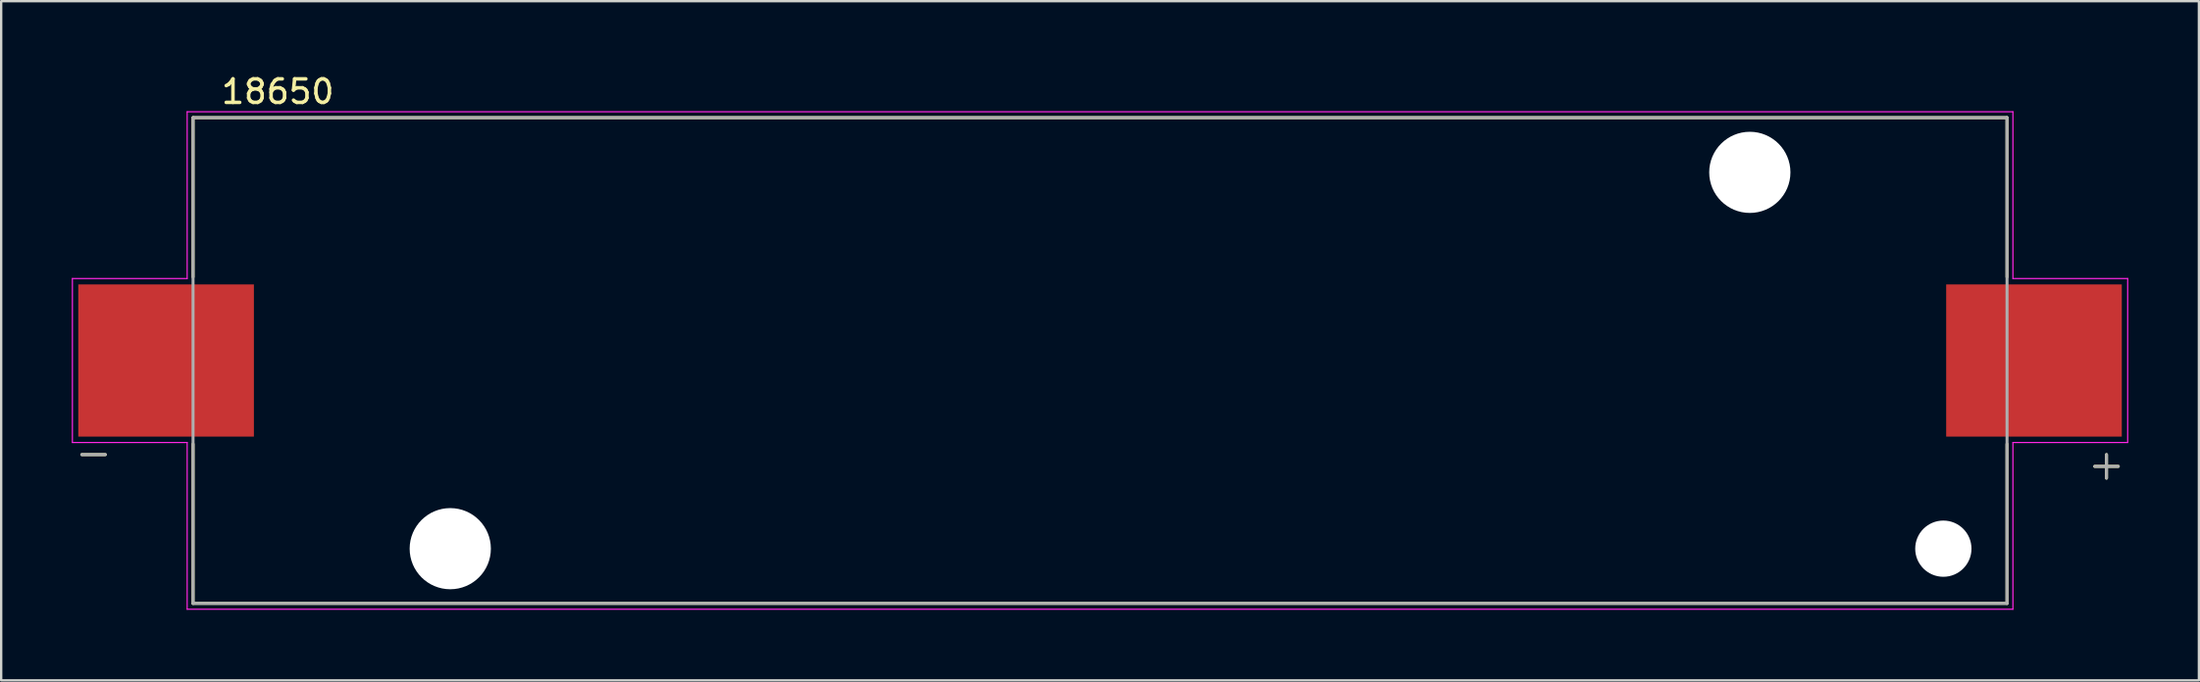
<source format=kicad_pcb>
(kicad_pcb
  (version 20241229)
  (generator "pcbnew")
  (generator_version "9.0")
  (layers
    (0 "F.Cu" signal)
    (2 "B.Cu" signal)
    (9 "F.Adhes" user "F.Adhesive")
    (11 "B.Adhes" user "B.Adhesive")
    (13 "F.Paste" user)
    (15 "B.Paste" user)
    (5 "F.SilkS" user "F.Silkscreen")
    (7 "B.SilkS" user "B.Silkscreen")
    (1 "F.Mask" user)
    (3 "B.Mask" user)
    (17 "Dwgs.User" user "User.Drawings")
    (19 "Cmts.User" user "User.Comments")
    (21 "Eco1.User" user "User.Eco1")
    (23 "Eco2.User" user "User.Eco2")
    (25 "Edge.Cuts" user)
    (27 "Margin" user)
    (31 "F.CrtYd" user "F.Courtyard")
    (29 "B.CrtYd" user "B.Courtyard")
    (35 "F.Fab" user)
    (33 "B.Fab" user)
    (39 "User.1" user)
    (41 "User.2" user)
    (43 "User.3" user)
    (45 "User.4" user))
  (footprint "18650"
    (layer "F.Cu")
    (at 43.675 12.278)
    (property "Reference" "18650" (at -34.925 -11.43 0) (layer "F.SilkS") (effects (font (size 1 1) (thickness 0.15))))
    (attr through_hole)
    (fp_line (start -43.25 4) (end -42.25 4) (stroke (width 0.127) (type solid)) (layer "F.SilkS"))
    (fp_line (start -38.525 -10.325) (end 38.525 -10.325) (stroke (width 0.127) (type solid)) (layer "F.SilkS"))
    (fp_line (start -38.525 -3.55) (end -38.525 -10.325) (stroke (width 0.127) (type solid)) (layer "F.SilkS"))
    (fp_line (start -38.525 10.325) (end -38.525 3.55) (stroke (width 0.127) (type solid)) (layer "F.SilkS"))
    (fp_line (start 38.525 -10.325) (end 38.525 -3.55) (stroke (width 0.127) (type solid)) (layer "F.SilkS"))
    (fp_line (start 38.525 3.55) (end 38.525 10.325) (stroke (width 0.127) (type solid)) (layer "F.SilkS"))
    (fp_line (start 38.525 10.325) (end -38.525 10.325) (stroke (width 0.127) (type solid)) (layer "F.SilkS"))
    (fp_line (start 42.25 4.5) (end 43.25 4.5) (stroke (width 0.127) (type solid)) (layer "F.SilkS"))
    (fp_line (start 42.75 4) (end 42.75 5) (stroke (width 0.127) (type solid)) (layer "F.SilkS"))
    (fp_line (start -43.65 -3.485) (end -38.775 -3.485) (stroke (width 0.05) (type solid)) (layer "F.CrtYd"))
    (fp_line (start -43.65 3.485) (end -43.65 -3.485) (stroke (width 0.05) (type solid)) (layer "F.CrtYd"))
    (fp_line (start -38.775 -10.575) (end 38.775 -10.575) (stroke (width 0.05) (type solid)) (layer "F.CrtYd"))
    (fp_line (start -38.775 -3.485) (end -38.775 -10.575) (stroke (width 0.05) (type solid)) (layer "F.CrtYd"))
    (fp_line (start -38.775 3.485) (end -43.65 3.485) (stroke (width 0.05) (type solid)) (layer "F.CrtYd"))
    (fp_line (start -38.775 10.575) (end -38.775 3.485) (stroke (width 0.05) (type solid)) (layer "F.CrtYd"))
    (fp_line (start 38.775 -10.575) (end 38.775 -3.485) (stroke (width 0.05) (type solid)) (layer "F.CrtYd"))
    (fp_line (start 38.775 -3.485) (end 43.65 -3.485) (stroke (width 0.05) (type solid)) (layer "F.CrtYd"))
    (fp_line (start 38.775 3.485) (end 38.775 10.575) (stroke (width 0.05) (type solid)) (layer "F.CrtYd"))
    (fp_line (start 38.775 10.575) (end -38.775 10.575) (stroke (width 0.05) (type solid)) (layer "F.CrtYd"))
    (fp_line (start 43.65 -3.485) (end 43.65 3.485) (stroke (width 0.05) (type solid)) (layer "F.CrtYd"))
    (fp_line (start 43.65 3.485) (end 38.775 3.485) (stroke (width 0.05) (type solid)) (layer "F.CrtYd"))
    (fp_line (start -43.25 4) (end -42.25 4) (stroke (width 0.127) (type solid)) (layer "F.Fab"))
    (fp_line (start -38.525 -10.325) (end 38.525 -10.325) (stroke (width 0.127) (type solid)) (layer "F.Fab"))
    (fp_line (start -38.525 10.325) (end -38.525 -10.325) (stroke (width 0.127) (type solid)) (layer "F.Fab"))
    (fp_line (start 38.525 -10.325) (end 38.525 10.325) (stroke (width 0.127) (type solid)) (layer "F.Fab"))
    (fp_line (start 38.525 10.325) (end -38.525 10.325) (stroke (width 0.127) (type solid)) (layer "F.Fab"))
    (fp_line (start 42.25 4.5) (end 43.25 4.5) (stroke (width 0.127) (type solid)) (layer "F.Fab"))
    (fp_line (start 42.75 4) (end 42.75 5) (stroke (width 0.127) (type solid)) (layer "F.Fab"))
    (pad "" np_thru_hole circle (at -27.6 8) (size 3.45 3.45) (drill 3.45) (layers "*.Cu" "*.Mask"))
    (pad "" np_thru_hole circle (at 27.6 -8) (size 3.45 3.45) (drill 3.45) (layers "*.Cu" "*.Mask"))
    (pad "" np_thru_hole circle (at 35.82 8) (size 2.39 2.39) (drill 2.39) (layers "*.Cu" "*.Mask"))
    (pad "N" smd rect (at -39.67 0) (size 7.46 6.47) (layers "F.Cu" "F.Mask" "F.Paste"))
    (pad "P" smd rect (at 39.67 0) (size 7.46 6.47) (layers "F.Cu" "F.Mask" "F.Paste")))
  (gr_rect
    (start -3 -3)
    (end 90.35 25.878)
    (stroke (width 0.1) (type default))
    (fill no)
    (layer "Edge.Cuts")))
</source>
